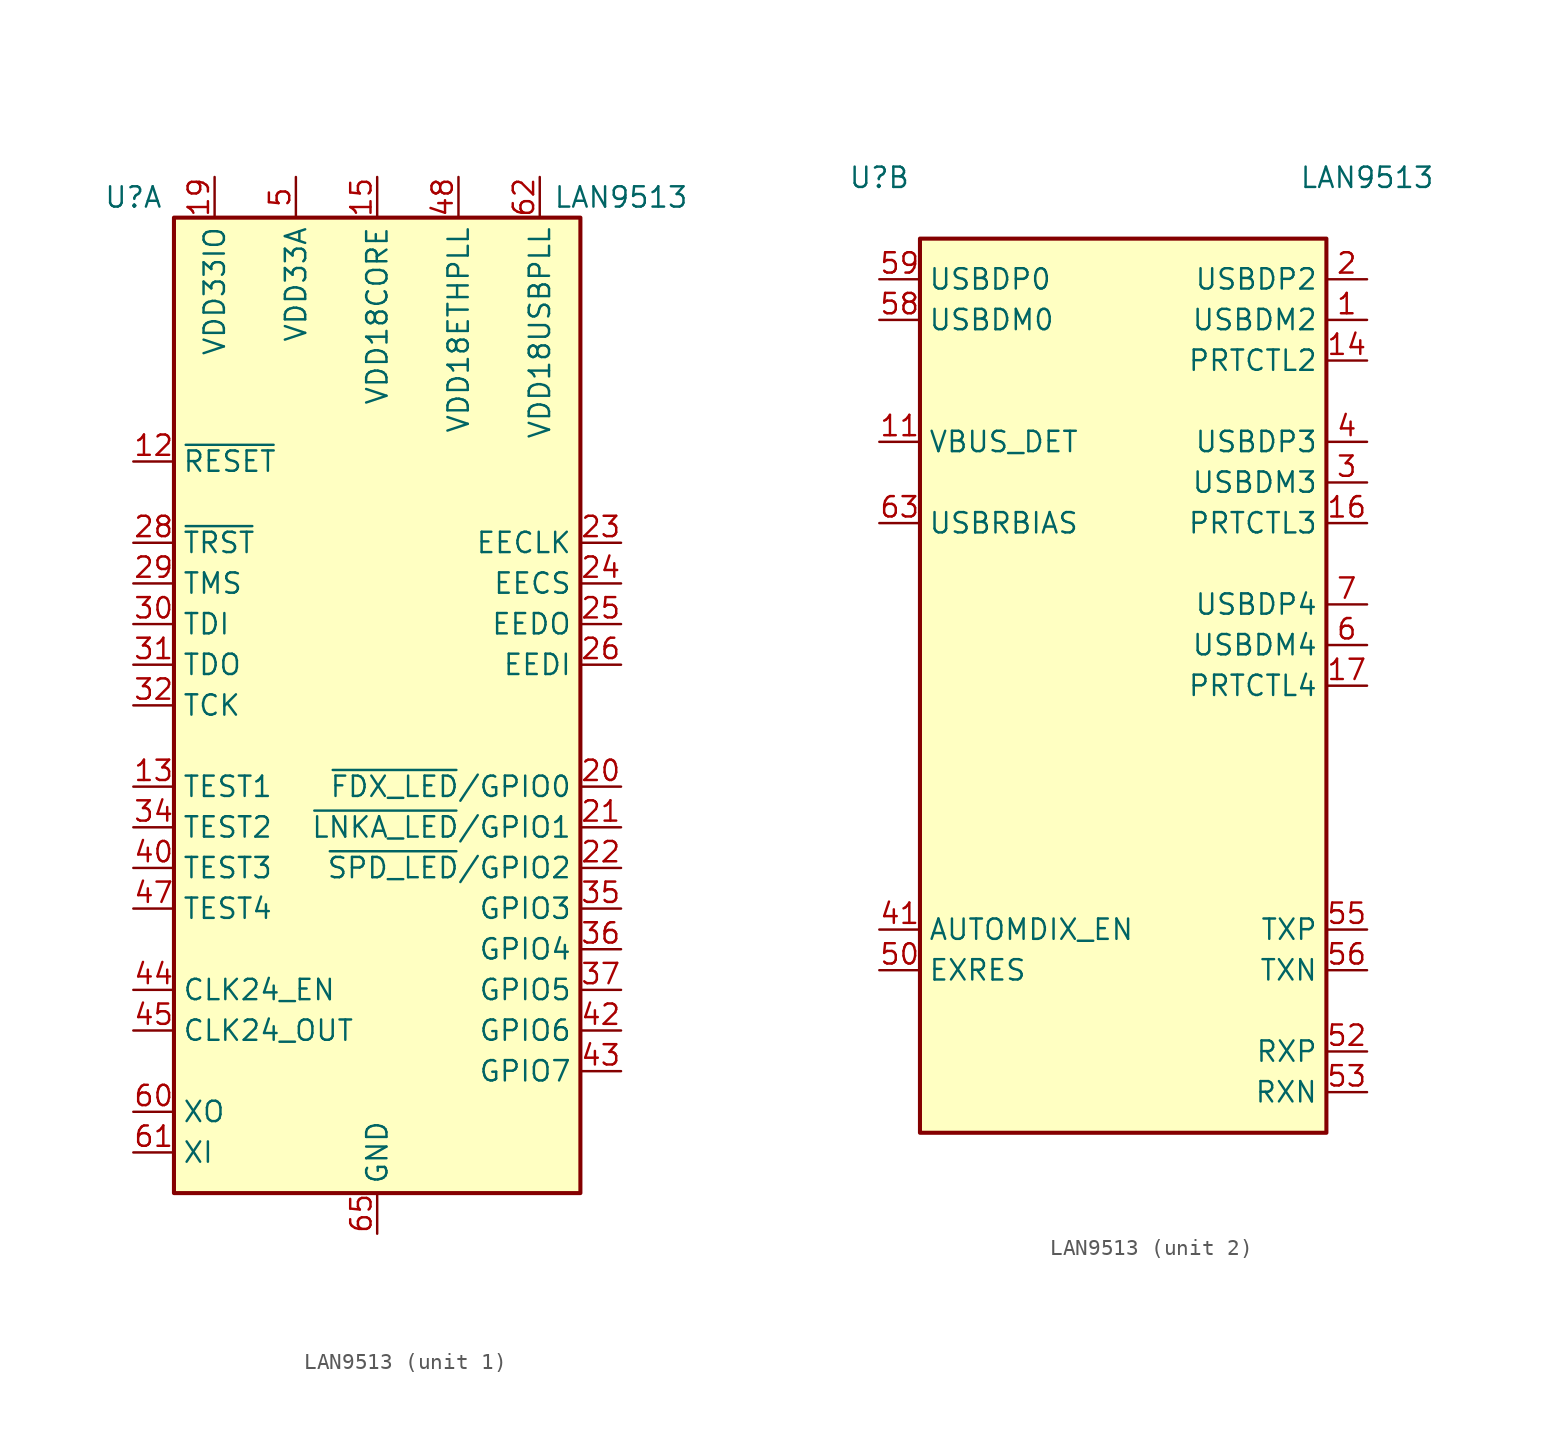
<source format=kicad_sym>
(kicad_symbol_lib
  (version 20211014)
  (generator kicad_symbol_editor)
  (symbol "LAN9513"
    (property "Reference" "U"
      (at -15.24 31.75 0)
      (effects (font (size 1.27 1.27))))
    (property "Value" "LAN9513"
      (at 15.24 31.75 0)
      (effects (font (size 1.27 1.27))))
    (property "ki_locked" ""
      (at 0 0 0)
      (effects (font (size 1.27 1.27))))
    (symbol "LAN9513_1_1"
      (rectangle (start -12.7 30.48) (end 12.7 -30.48) (stroke (width 0.254) (type default) (color 0 0 0 0)) (fill (type background)))
      (pin passive line (at -5.08 33.02 270) (length 2.54) hide (name "VDD33A" (effects (font (size 1.27 1.27)))) (number "10" (effects (font (size 1.27 1.27)))))
      (pin input line (at -15.24 15.24 0) (length 2.54) (name "~{RESET}" (effects (font (size 1.27 1.27)))) (number "12" (effects (font (size 1.27 1.27)))))
      (pin input line (at -15.24 -5.08 0) (length 2.54) (name "TEST1" (effects (font (size 1.27 1.27)))) (number "13" (effects (font (size 1.27 1.27)))))
      (pin power_in line (at 0 33.02 270) (length 2.54) (name "VDD18CORE" (effects (font (size 1.27 1.27)))) (number "15" (effects (font (size 1.27 1.27)))))
      (pin power_in line (at -10.16 33.02 270) (length 2.54) (name "VDD33IO" (effects (font (size 1.27 1.27)))) (number "19" (effects (font (size 1.27 1.27)))))
      (pin bidirectional line (at 15.24 -5.08 180) (length 2.54) (name "~{FDX_LED}/GPIO0" (effects (font (size 1.27 1.27)))) (number "20" (effects (font (size 1.27 1.27)))))
      (pin bidirectional line (at 15.24 -7.62 180) (length 2.54) (name "~{LNKA_LED}/GPIO1" (effects (font (size 1.27 1.27)))) (number "21" (effects (font (size 1.27 1.27)))))
      (pin bidirectional line (at 15.24 -10.16 180) (length 2.54) (name "~{SPD_LED}/GPIO2" (effects (font (size 1.27 1.27)))) (number "22" (effects (font (size 1.27 1.27)))))
      (pin output line (at 15.24 10.16 180) (length 2.54) (name "EECLK" (effects (font (size 1.27 1.27)))) (number "23" (effects (font (size 1.27 1.27)))))
      (pin output line (at 15.24 7.62 180) (length 2.54) (name "EECS" (effects (font (size 1.27 1.27)))) (number "24" (effects (font (size 1.27 1.27)))))
      (pin output line (at 15.24 5.08 180) (length 2.54) (name "EEDO" (effects (font (size 1.27 1.27)))) (number "25" (effects (font (size 1.27 1.27)))))
      (pin input line (at 15.24 2.54 180) (length 2.54) (name "EEDI" (effects (font (size 1.27 1.27)))) (number "26" (effects (font (size 1.27 1.27)))))
      (pin passive line (at -10.16 33.02 270) (length 2.54) hide (name "VDD33IO" (effects (font (size 1.27 1.27)))) (number "27" (effects (font (size 1.27 1.27)))))
      (pin input line (at -15.24 10.16 0) (length 2.54) (name "~{TRST}" (effects (font (size 1.27 1.27)))) (number "28" (effects (font (size 1.27 1.27)))))
      (pin input line (at -15.24 7.62 0) (length 2.54) (name "TMS" (effects (font (size 1.27 1.27)))) (number "29" (effects (font (size 1.27 1.27)))))
      (pin input line (at -15.24 5.08 0) (length 2.54) (name "TDI" (effects (font (size 1.27 1.27)))) (number "30" (effects (font (size 1.27 1.27)))))
      (pin output line (at -15.24 2.54 0) (length 2.54) (name "TDO" (effects (font (size 1.27 1.27)))) (number "31" (effects (font (size 1.27 1.27)))))
      (pin input line (at -15.24 0 0) (length 2.54) (name "TCK" (effects (font (size 1.27 1.27)))) (number "32" (effects (font (size 1.27 1.27)))))
      (pin passive line (at -10.16 33.02 270) (length 2.54) hide (name "VDD33IO" (effects (font (size 1.27 1.27)))) (number "33" (effects (font (size 1.27 1.27)))))
      (pin input line (at -15.24 -7.62 0) (length 2.54) (name "TEST2" (effects (font (size 1.27 1.27)))) (number "34" (effects (font (size 1.27 1.27)))))
      (pin bidirectional line (at 15.24 -12.7 180) (length 2.54) (name "GPIO3" (effects (font (size 1.27 1.27)))) (number "35" (effects (font (size 1.27 1.27)))))
      (pin bidirectional line (at 15.24 -15.24 180) (length 2.54) (name "GPIO4" (effects (font (size 1.27 1.27)))) (number "36" (effects (font (size 1.27 1.27)))))
      (pin bidirectional line (at 15.24 -17.78 180) (length 2.54) (name "GPIO5" (effects (font (size 1.27 1.27)))) (number "37" (effects (font (size 1.27 1.27)))))
      (pin passive line (at 0 33.02 270) (length 2.54) hide (name "VDD18CORE" (effects (font (size 1.27 1.27)))) (number "38" (effects (font (size 1.27 1.27)))))
      (pin passive line (at -10.16 33.02 270) (length 2.54) hide (name "VDD33IO" (effects (font (size 1.27 1.27)))) (number "39" (effects (font (size 1.27 1.27)))))
      (pin input line (at -15.24 -10.16 0) (length 2.54) (name "TEST3" (effects (font (size 1.27 1.27)))) (number "40" (effects (font (size 1.27 1.27)))))
      (pin bidirectional line (at 15.24 -20.32 180) (length 2.54) (name "GPIO6" (effects (font (size 1.27 1.27)))) (number "42" (effects (font (size 1.27 1.27)))))
      (pin bidirectional line (at 15.24 -22.86 180) (length 2.54) (name "GPIO7" (effects (font (size 1.27 1.27)))) (number "43" (effects (font (size 1.27 1.27)))))
      (pin input line (at -15.24 -17.78 0) (length 2.54) (name "CLK24_EN" (effects (font (size 1.27 1.27)))) (number "44" (effects (font (size 1.27 1.27)))))
      (pin output line (at -15.24 -20.32 0) (length 2.54) (name "CLK24_OUT" (effects (font (size 1.27 1.27)))) (number "45" (effects (font (size 1.27 1.27)))))
      (pin passive line (at -10.16 33.02 270) (length 2.54) hide (name "VDD33IO" (effects (font (size 1.27 1.27)))) (number "46" (effects (font (size 1.27 1.27)))))
      (pin input line (at -15.24 -12.7 0) (length 2.54) (name "TEST4" (effects (font (size 1.27 1.27)))) (number "47" (effects (font (size 1.27 1.27)))))
      (pin power_in line (at 5.08 33.02 270) (length 2.54) (name "VDD18ETHPLL" (effects (font (size 1.27 1.27)))) (number "48" (effects (font (size 1.27 1.27)))))
      (pin passive line (at -5.08 33.02 270) (length 2.54) hide (name "VDD33A" (effects (font (size 1.27 1.27)))) (number "49" (effects (font (size 1.27 1.27)))))
      (pin power_in line (at -5.08 33.02 270) (length 2.54) (name "VDD33A" (effects (font (size 1.27 1.27)))) (number "5" (effects (font (size 1.27 1.27)))))
      (pin passive line (at -5.08 33.02 270) (length 2.54) hide (name "VDD33A" (effects (font (size 1.27 1.27)))) (number "51" (effects (font (size 1.27 1.27)))))
      (pin passive line (at -5.08 33.02 270) (length 2.54) hide (name "VDD33A" (effects (font (size 1.27 1.27)))) (number "54" (effects (font (size 1.27 1.27)))))
      (pin passive line (at -5.08 33.02 270) (length 2.54) hide (name "VDD33A" (effects (font (size 1.27 1.27)))) (number "57" (effects (font (size 1.27 1.27)))))
      (pin input line (at -15.24 -25.4 0) (length 2.54) (name "XO" (effects (font (size 1.27 1.27)))) (number "60" (effects (font (size 1.27 1.27)))))
      (pin input line (at -15.24 -27.94 0) (length 2.54) (name "XI" (effects (font (size 1.27 1.27)))) (number "61" (effects (font (size 1.27 1.27)))))
      (pin power_in line (at 10.16 33.02 270) (length 2.54) (name "VDD18USBPLL" (effects (font (size 1.27 1.27)))) (number "62" (effects (font (size 1.27 1.27)))))
      (pin passive line (at -5.08 33.02 270) (length 2.54) hide (name "VDD33A" (effects (font (size 1.27 1.27)))) (number "64" (effects (font (size 1.27 1.27)))))
      (pin power_in line (at 0 -33.02 90) (length 2.54) (name "GND" (effects (font (size 1.27 1.27)))) (number "65" (effects (font (size 1.27 1.27))))))
    (symbol "LAN9513_2_1"
      (rectangle (start 12.7 -27.94) (end -12.7 27.94) (stroke (width 0.254) (type default) (color 0 0 0 0)) (fill (type background)))
      (pin bidirectional line (at 15.24 22.86 180) (length 2.54) (name "USBDM2" (effects (font (size 1.27 1.27)))) (number "1" (effects (font (size 1.27 1.27)))))
      (pin input line (at -15.24 15.24 0) (length 2.54) (name "VBUS_DET" (effects (font (size 1.27 1.27)))) (number "11" (effects (font (size 1.27 1.27)))))
      (pin bidirectional line (at 15.24 20.32 180) (length 2.54) (name "PRTCTL2" (effects (font (size 1.27 1.27)))) (number "14" (effects (font (size 1.27 1.27)))))
      (pin bidirectional line (at 15.24 10.16 180) (length 2.54) (name "PRTCTL3" (effects (font (size 1.27 1.27)))) (number "16" (effects (font (size 1.27 1.27)))))
      (pin bidirectional line (at 15.24 0 180) (length 2.54) (name "PRTCTL4" (effects (font (size 1.27 1.27)))) (number "17" (effects (font (size 1.27 1.27)))))
      (pin no_connect line (at 12.7 -10.16 180) (length 2.54) hide (name "NC" (effects (font (size 1.27 1.27)))) (number "18" (effects (font (size 1.27 1.27)))))
      (pin bidirectional line (at 15.24 25.4 180) (length 2.54) (name "USBDP2" (effects (font (size 1.27 1.27)))) (number "2" (effects (font (size 1.27 1.27)))))
      (pin bidirectional line (at 15.24 12.7 180) (length 2.54) (name "USBDM3" (effects (font (size 1.27 1.27)))) (number "3" (effects (font (size 1.27 1.27)))))
      (pin bidirectional line (at 15.24 15.24 180) (length 2.54) (name "USBDP3" (effects (font (size 1.27 1.27)))) (number "4" (effects (font (size 1.27 1.27)))))
      (pin input line (at -15.24 -15.24 0) (length 2.54) (name "AUTOMDIX_EN" (effects (font (size 1.27 1.27)))) (number "41" (effects (font (size 1.27 1.27)))))
      (pin input line (at -15.24 -17.78 0) (length 2.54) (name "EXRES" (effects (font (size 1.27 1.27)))) (number "50" (effects (font (size 1.27 1.27)))))
      (pin input line (at 15.24 -22.86 180) (length 2.54) (name "RXP" (effects (font (size 1.27 1.27)))) (number "52" (effects (font (size 1.27 1.27)))))
      (pin input line (at 15.24 -25.4 180) (length 2.54) (name "RXN" (effects (font (size 1.27 1.27)))) (number "53" (effects (font (size 1.27 1.27)))))
      (pin output line (at 15.24 -15.24 180) (length 2.54) (name "TXP" (effects (font (size 1.27 1.27)))) (number "55" (effects (font (size 1.27 1.27)))))
      (pin output line (at 15.24 -17.78 180) (length 2.54) (name "TXN" (effects (font (size 1.27 1.27)))) (number "56" (effects (font (size 1.27 1.27)))))
      (pin bidirectional line (at -15.24 22.86 0) (length 2.54) (name "USBDM0" (effects (font (size 1.27 1.27)))) (number "58" (effects (font (size 1.27 1.27)))))
      (pin bidirectional line (at -15.24 25.4 0) (length 2.54) (name "USBDP0" (effects (font (size 1.27 1.27)))) (number "59" (effects (font (size 1.27 1.27)))))
      (pin bidirectional line (at 15.24 2.54 180) (length 2.54) (name "USBDM4" (effects (font (size 1.27 1.27)))) (number "6" (effects (font (size 1.27 1.27)))))
      (pin input line (at -15.24 10.16 0) (length 2.54) (name "USBRBIAS" (effects (font (size 1.27 1.27)))) (number "63" (effects (font (size 1.27 1.27)))))
      (pin bidirectional line (at 15.24 5.08 180) (length 2.54) (name "USBDP4" (effects (font (size 1.27 1.27)))) (number "7" (effects (font (size 1.27 1.27)))))
      (pin no_connect line (at 12.7 -7.62 180) (length 2.54) hide (name "NC" (effects (font (size 1.27 1.27)))) (number "8" (effects (font (size 1.27 1.27)))))
      (pin no_connect line (at 12.7 -5.08 180) (length 2.54) hide (name "NC" (effects (font (size 1.27 1.27)))) (number "9" (effects (font (size 1.27 1.27))))))))
</source>
